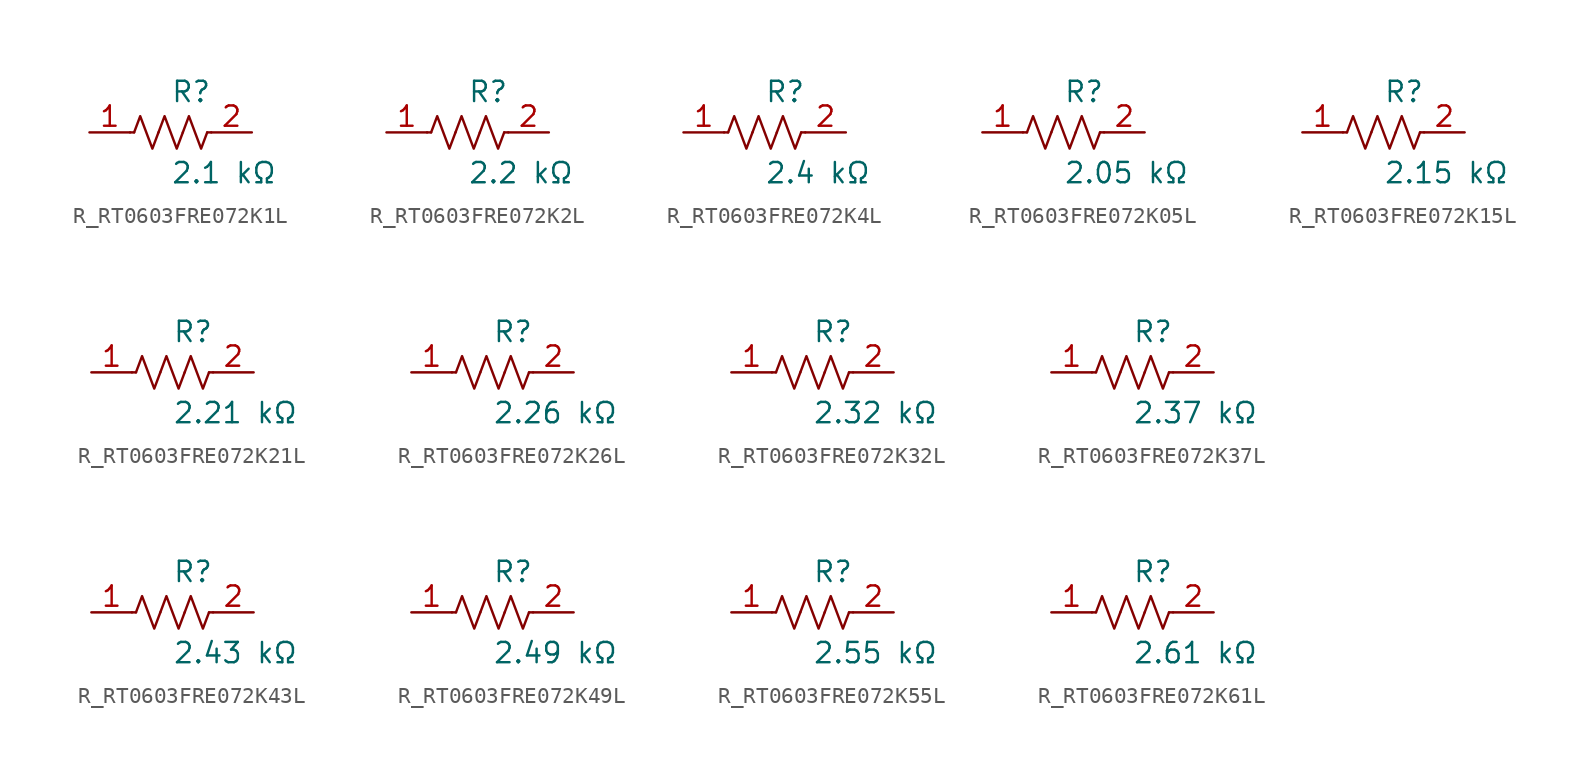
<source format=kicad_sym>
(kicad_symbol_lib
  (version 20231120)
  (generator kicad_symbol_editor)
  (generator_version 8.0)
  (symbol "R_RT0603FRE072K1L"
    (pin_names
      (offset 0.254))
    (property "Reference" "R"
      (at 0.0 2.54 0)
      (effects (font (size 1.27 1.27)) (justify left)))
    (property "Value" "2.1 kΩ"
      (at 0.0 -2.54 0)
      (effects (font (size 1.27 1.27)) (justify left)))
    (symbol "R_RT0603FRE072K1L_0_1"
      (polyline (pts (xy 2.286 0) (xy 2.54 0)) (stroke (width 0) (type default)) (fill (type none)))
      (polyline (pts (xy -2.286 0) (xy -2.54 0)) (stroke (width 0) (type default)) (fill (type none)))
      (polyline (pts (xy 0.762 0) (xy 1.143 1.016) (xy 1.524 0) (xy 1.905 -1.016) (xy 2.286 0)) (stroke (width 0) (type default)) (fill (type none)))
      (polyline (pts (xy -0.762 0) (xy -0.381 1.016) (xy 0 0) (xy 0.381 -1.016) (xy 0.762 0)) (stroke (width 0) (type default)) (fill (type none)))
      (polyline (pts (xy -2.286 0) (xy -1.905 1.016) (xy -1.524 0) (xy -1.143 -1.016) (xy -0.762 0)) (stroke (width 0) (type default)) (fill (type none))))
    (pin unspecified line
      (at -5.08 0 0)
      (length 2.54)
      (name "" (effects (font (size 1.27 1.27))))
      (number "1" (effects (font (size 1.27 1.27)))))
    (pin unspecified line
      (at 5.08 0 180)
      (length 2.54)
      (name "" (effects (font (size 1.27 1.27))))
      (number "2" (effects (font (size 1.27 1.27))))))
  (symbol "R_RT0603FRE072K2L"
    (pin_names
      (offset 0.254))
    (property "Reference" "R"
      (at 0.0 2.54 0)
      (effects (font (size 1.27 1.27)) (justify left)))
    (property "Value" "2.2 kΩ"
      (at 0.0 -2.54 0)
      (effects (font (size 1.27 1.27)) (justify left)))
    (symbol "R_RT0603FRE072K2L_0_1"
      (polyline (pts (xy 2.286 0) (xy 2.54 0)) (stroke (width 0) (type default)) (fill (type none)))
      (polyline (pts (xy -2.286 0) (xy -2.54 0)) (stroke (width 0) (type default)) (fill (type none)))
      (polyline (pts (xy 0.762 0) (xy 1.143 1.016) (xy 1.524 0) (xy 1.905 -1.016) (xy 2.286 0)) (stroke (width 0) (type default)) (fill (type none)))
      (polyline (pts (xy -0.762 0) (xy -0.381 1.016) (xy 0 0) (xy 0.381 -1.016) (xy 0.762 0)) (stroke (width 0) (type default)) (fill (type none)))
      (polyline (pts (xy -2.286 0) (xy -1.905 1.016) (xy -1.524 0) (xy -1.143 -1.016) (xy -0.762 0)) (stroke (width 0) (type default)) (fill (type none))))
    (pin unspecified line
      (at -5.08 0 0)
      (length 2.54)
      (name "" (effects (font (size 1.27 1.27))))
      (number "1" (effects (font (size 1.27 1.27)))))
    (pin unspecified line
      (at 5.08 0 180)
      (length 2.54)
      (name "" (effects (font (size 1.27 1.27))))
      (number "2" (effects (font (size 1.27 1.27))))))
  (symbol "R_RT0603FRE072K4L"
    (pin_names
      (offset 0.254))
    (property "Reference" "R"
      (at 0.0 2.54 0)
      (effects (font (size 1.27 1.27)) (justify left)))
    (property "Value" "2.4 kΩ"
      (at 0.0 -2.54 0)
      (effects (font (size 1.27 1.27)) (justify left)))
    (symbol "R_RT0603FRE072K4L_0_1"
      (polyline (pts (xy 2.286 0) (xy 2.54 0)) (stroke (width 0) (type default)) (fill (type none)))
      (polyline (pts (xy -2.286 0) (xy -2.54 0)) (stroke (width 0) (type default)) (fill (type none)))
      (polyline (pts (xy 0.762 0) (xy 1.143 1.016) (xy 1.524 0) (xy 1.905 -1.016) (xy 2.286 0)) (stroke (width 0) (type default)) (fill (type none)))
      (polyline (pts (xy -0.762 0) (xy -0.381 1.016) (xy 0 0) (xy 0.381 -1.016) (xy 0.762 0)) (stroke (width 0) (type default)) (fill (type none)))
      (polyline (pts (xy -2.286 0) (xy -1.905 1.016) (xy -1.524 0) (xy -1.143 -1.016) (xy -0.762 0)) (stroke (width 0) (type default)) (fill (type none))))
    (pin unspecified line
      (at -5.08 0 0)
      (length 2.54)
      (name "" (effects (font (size 1.27 1.27))))
      (number "1" (effects (font (size 1.27 1.27)))))
    (pin unspecified line
      (at 5.08 0 180)
      (length 2.54)
      (name "" (effects (font (size 1.27 1.27))))
      (number "2" (effects (font (size 1.27 1.27))))))
  (symbol "R_RT0603FRE072K05L"
    (pin_names
      (offset 0.254))
    (property "Reference" "R"
      (at 0.0 2.54 0)
      (effects (font (size 1.27 1.27)) (justify left)))
    (property "Value" "2.05 kΩ"
      (at 0.0 -2.54 0)
      (effects (font (size 1.27 1.27)) (justify left)))
    (symbol "R_RT0603FRE072K05L_0_1"
      (polyline (pts (xy 2.286 0) (xy 2.54 0)) (stroke (width 0) (type default)) (fill (type none)))
      (polyline (pts (xy -2.286 0) (xy -2.54 0)) (stroke (width 0) (type default)) (fill (type none)))
      (polyline (pts (xy 0.762 0) (xy 1.143 1.016) (xy 1.524 0) (xy 1.905 -1.016) (xy 2.286 0)) (stroke (width 0) (type default)) (fill (type none)))
      (polyline (pts (xy -0.762 0) (xy -0.381 1.016) (xy 0 0) (xy 0.381 -1.016) (xy 0.762 0)) (stroke (width 0) (type default)) (fill (type none)))
      (polyline (pts (xy -2.286 0) (xy -1.905 1.016) (xy -1.524 0) (xy -1.143 -1.016) (xy -0.762 0)) (stroke (width 0) (type default)) (fill (type none))))
    (pin unspecified line
      (at -5.08 0 0)
      (length 2.54)
      (name "" (effects (font (size 1.27 1.27))))
      (number "1" (effects (font (size 1.27 1.27)))))
    (pin unspecified line
      (at 5.08 0 180)
      (length 2.54)
      (name "" (effects (font (size 1.27 1.27))))
      (number "2" (effects (font (size 1.27 1.27))))))
  (symbol "R_RT0603FRE072K15L"
    (pin_names
      (offset 0.254))
    (property "Reference" "R"
      (at 0.0 2.54 0)
      (effects (font (size 1.27 1.27)) (justify left)))
    (property "Value" "2.15 kΩ"
      (at 0.0 -2.54 0)
      (effects (font (size 1.27 1.27)) (justify left)))
    (symbol "R_RT0603FRE072K15L_0_1"
      (polyline (pts (xy 2.286 0) (xy 2.54 0)) (stroke (width 0) (type default)) (fill (type none)))
      (polyline (pts (xy -2.286 0) (xy -2.54 0)) (stroke (width 0) (type default)) (fill (type none)))
      (polyline (pts (xy 0.762 0) (xy 1.143 1.016) (xy 1.524 0) (xy 1.905 -1.016) (xy 2.286 0)) (stroke (width 0) (type default)) (fill (type none)))
      (polyline (pts (xy -0.762 0) (xy -0.381 1.016) (xy 0 0) (xy 0.381 -1.016) (xy 0.762 0)) (stroke (width 0) (type default)) (fill (type none)))
      (polyline (pts (xy -2.286 0) (xy -1.905 1.016) (xy -1.524 0) (xy -1.143 -1.016) (xy -0.762 0)) (stroke (width 0) (type default)) (fill (type none))))
    (pin unspecified line
      (at -5.08 0 0)
      (length 2.54)
      (name "" (effects (font (size 1.27 1.27))))
      (number "1" (effects (font (size 1.27 1.27)))))
    (pin unspecified line
      (at 5.08 0 180)
      (length 2.54)
      (name "" (effects (font (size 1.27 1.27))))
      (number "2" (effects (font (size 1.27 1.27))))))
  (symbol "R_RT0603FRE072K21L"
    (pin_names
      (offset 0.254))
    (property "Reference" "R"
      (at 0.0 2.54 0)
      (effects (font (size 1.27 1.27)) (justify left)))
    (property "Value" "2.21 kΩ"
      (at 0.0 -2.54 0)
      (effects (font (size 1.27 1.27)) (justify left)))
    (symbol "R_RT0603FRE072K21L_0_1"
      (polyline (pts (xy 2.286 0) (xy 2.54 0)) (stroke (width 0) (type default)) (fill (type none)))
      (polyline (pts (xy -2.286 0) (xy -2.54 0)) (stroke (width 0) (type default)) (fill (type none)))
      (polyline (pts (xy 0.762 0) (xy 1.143 1.016) (xy 1.524 0) (xy 1.905 -1.016) (xy 2.286 0)) (stroke (width 0) (type default)) (fill (type none)))
      (polyline (pts (xy -0.762 0) (xy -0.381 1.016) (xy 0 0) (xy 0.381 -1.016) (xy 0.762 0)) (stroke (width 0) (type default)) (fill (type none)))
      (polyline (pts (xy -2.286 0) (xy -1.905 1.016) (xy -1.524 0) (xy -1.143 -1.016) (xy -0.762 0)) (stroke (width 0) (type default)) (fill (type none))))
    (pin unspecified line
      (at -5.08 0 0)
      (length 2.54)
      (name "" (effects (font (size 1.27 1.27))))
      (number "1" (effects (font (size 1.27 1.27)))))
    (pin unspecified line
      (at 5.08 0 180)
      (length 2.54)
      (name "" (effects (font (size 1.27 1.27))))
      (number "2" (effects (font (size 1.27 1.27))))))
  (symbol "R_RT0603FRE072K26L"
    (pin_names
      (offset 0.254))
    (property "Reference" "R"
      (at 0.0 2.54 0)
      (effects (font (size 1.27 1.27)) (justify left)))
    (property "Value" "2.26 kΩ"
      (at 0.0 -2.54 0)
      (effects (font (size 1.27 1.27)) (justify left)))
    (symbol "R_RT0603FRE072K26L_0_1"
      (polyline (pts (xy 2.286 0) (xy 2.54 0)) (stroke (width 0) (type default)) (fill (type none)))
      (polyline (pts (xy -2.286 0) (xy -2.54 0)) (stroke (width 0) (type default)) (fill (type none)))
      (polyline (pts (xy 0.762 0) (xy 1.143 1.016) (xy 1.524 0) (xy 1.905 -1.016) (xy 2.286 0)) (stroke (width 0) (type default)) (fill (type none)))
      (polyline (pts (xy -0.762 0) (xy -0.381 1.016) (xy 0 0) (xy 0.381 -1.016) (xy 0.762 0)) (stroke (width 0) (type default)) (fill (type none)))
      (polyline (pts (xy -2.286 0) (xy -1.905 1.016) (xy -1.524 0) (xy -1.143 -1.016) (xy -0.762 0)) (stroke (width 0) (type default)) (fill (type none))))
    (pin unspecified line
      (at -5.08 0 0)
      (length 2.54)
      (name "" (effects (font (size 1.27 1.27))))
      (number "1" (effects (font (size 1.27 1.27)))))
    (pin unspecified line
      (at 5.08 0 180)
      (length 2.54)
      (name "" (effects (font (size 1.27 1.27))))
      (number "2" (effects (font (size 1.27 1.27))))))
  (symbol "R_RT0603FRE072K32L"
    (pin_names
      (offset 0.254))
    (property "Reference" "R"
      (at 0.0 2.54 0)
      (effects (font (size 1.27 1.27)) (justify left)))
    (property "Value" "2.32 kΩ"
      (at 0.0 -2.54 0)
      (effects (font (size 1.27 1.27)) (justify left)))
    (symbol "R_RT0603FRE072K32L_0_1"
      (polyline (pts (xy 2.286 0) (xy 2.54 0)) (stroke (width 0) (type default)) (fill (type none)))
      (polyline (pts (xy -2.286 0) (xy -2.54 0)) (stroke (width 0) (type default)) (fill (type none)))
      (polyline (pts (xy 0.762 0) (xy 1.143 1.016) (xy 1.524 0) (xy 1.905 -1.016) (xy 2.286 0)) (stroke (width 0) (type default)) (fill (type none)))
      (polyline (pts (xy -0.762 0) (xy -0.381 1.016) (xy 0 0) (xy 0.381 -1.016) (xy 0.762 0)) (stroke (width 0) (type default)) (fill (type none)))
      (polyline (pts (xy -2.286 0) (xy -1.905 1.016) (xy -1.524 0) (xy -1.143 -1.016) (xy -0.762 0)) (stroke (width 0) (type default)) (fill (type none))))
    (pin unspecified line
      (at -5.08 0 0)
      (length 2.54)
      (name "" (effects (font (size 1.27 1.27))))
      (number "1" (effects (font (size 1.27 1.27)))))
    (pin unspecified line
      (at 5.08 0 180)
      (length 2.54)
      (name "" (effects (font (size 1.27 1.27))))
      (number "2" (effects (font (size 1.27 1.27))))))
  (symbol "R_RT0603FRE072K37L"
    (pin_names
      (offset 0.254))
    (property "Reference" "R"
      (at 0.0 2.54 0)
      (effects (font (size 1.27 1.27)) (justify left)))
    (property "Value" "2.37 kΩ"
      (at 0.0 -2.54 0)
      (effects (font (size 1.27 1.27)) (justify left)))
    (symbol "R_RT0603FRE072K37L_0_1"
      (polyline (pts (xy 2.286 0) (xy 2.54 0)) (stroke (width 0) (type default)) (fill (type none)))
      (polyline (pts (xy -2.286 0) (xy -2.54 0)) (stroke (width 0) (type default)) (fill (type none)))
      (polyline (pts (xy 0.762 0) (xy 1.143 1.016) (xy 1.524 0) (xy 1.905 -1.016) (xy 2.286 0)) (stroke (width 0) (type default)) (fill (type none)))
      (polyline (pts (xy -0.762 0) (xy -0.381 1.016) (xy 0 0) (xy 0.381 -1.016) (xy 0.762 0)) (stroke (width 0) (type default)) (fill (type none)))
      (polyline (pts (xy -2.286 0) (xy -1.905 1.016) (xy -1.524 0) (xy -1.143 -1.016) (xy -0.762 0)) (stroke (width 0) (type default)) (fill (type none))))
    (pin unspecified line
      (at -5.08 0 0)
      (length 2.54)
      (name "" (effects (font (size 1.27 1.27))))
      (number "1" (effects (font (size 1.27 1.27)))))
    (pin unspecified line
      (at 5.08 0 180)
      (length 2.54)
      (name "" (effects (font (size 1.27 1.27))))
      (number "2" (effects (font (size 1.27 1.27))))))
  (symbol "R_RT0603FRE072K43L"
    (pin_names
      (offset 0.254))
    (property "Reference" "R"
      (at 0.0 2.54 0)
      (effects (font (size 1.27 1.27)) (justify left)))
    (property "Value" "2.43 kΩ"
      (at 0.0 -2.54 0)
      (effects (font (size 1.27 1.27)) (justify left)))
    (symbol "R_RT0603FRE072K43L_0_1"
      (polyline (pts (xy 2.286 0) (xy 2.54 0)) (stroke (width 0) (type default)) (fill (type none)))
      (polyline (pts (xy -2.286 0) (xy -2.54 0)) (stroke (width 0) (type default)) (fill (type none)))
      (polyline (pts (xy 0.762 0) (xy 1.143 1.016) (xy 1.524 0) (xy 1.905 -1.016) (xy 2.286 0)) (stroke (width 0) (type default)) (fill (type none)))
      (polyline (pts (xy -0.762 0) (xy -0.381 1.016) (xy 0 0) (xy 0.381 -1.016) (xy 0.762 0)) (stroke (width 0) (type default)) (fill (type none)))
      (polyline (pts (xy -2.286 0) (xy -1.905 1.016) (xy -1.524 0) (xy -1.143 -1.016) (xy -0.762 0)) (stroke (width 0) (type default)) (fill (type none))))
    (pin unspecified line
      (at -5.08 0 0)
      (length 2.54)
      (name "" (effects (font (size 1.27 1.27))))
      (number "1" (effects (font (size 1.27 1.27)))))
    (pin unspecified line
      (at 5.08 0 180)
      (length 2.54)
      (name "" (effects (font (size 1.27 1.27))))
      (number "2" (effects (font (size 1.27 1.27))))))
  (symbol "R_RT0603FRE072K49L"
    (pin_names
      (offset 0.254))
    (property "Reference" "R"
      (at 0.0 2.54 0)
      (effects (font (size 1.27 1.27)) (justify left)))
    (property "Value" "2.49 kΩ"
      (at 0.0 -2.54 0)
      (effects (font (size 1.27 1.27)) (justify left)))
    (symbol "R_RT0603FRE072K49L_0_1"
      (polyline (pts (xy 2.286 0) (xy 2.54 0)) (stroke (width 0) (type default)) (fill (type none)))
      (polyline (pts (xy -2.286 0) (xy -2.54 0)) (stroke (width 0) (type default)) (fill (type none)))
      (polyline (pts (xy 0.762 0) (xy 1.143 1.016) (xy 1.524 0) (xy 1.905 -1.016) (xy 2.286 0)) (stroke (width 0) (type default)) (fill (type none)))
      (polyline (pts (xy -0.762 0) (xy -0.381 1.016) (xy 0 0) (xy 0.381 -1.016) (xy 0.762 0)) (stroke (width 0) (type default)) (fill (type none)))
      (polyline (pts (xy -2.286 0) (xy -1.905 1.016) (xy -1.524 0) (xy -1.143 -1.016) (xy -0.762 0)) (stroke (width 0) (type default)) (fill (type none))))
    (pin unspecified line
      (at -5.08 0 0)
      (length 2.54)
      (name "" (effects (font (size 1.27 1.27))))
      (number "1" (effects (font (size 1.27 1.27)))))
    (pin unspecified line
      (at 5.08 0 180)
      (length 2.54)
      (name "" (effects (font (size 1.27 1.27))))
      (number "2" (effects (font (size 1.27 1.27))))))
  (symbol "R_RT0603FRE072K55L"
    (pin_names
      (offset 0.254))
    (property "Reference" "R"
      (at 0.0 2.54 0)
      (effects (font (size 1.27 1.27)) (justify left)))
    (property "Value" "2.55 kΩ"
      (at 0.0 -2.54 0)
      (effects (font (size 1.27 1.27)) (justify left)))
    (symbol "R_RT0603FRE072K55L_0_1"
      (polyline (pts (xy 2.286 0) (xy 2.54 0)) (stroke (width 0) (type default)) (fill (type none)))
      (polyline (pts (xy -2.286 0) (xy -2.54 0)) (stroke (width 0) (type default)) (fill (type none)))
      (polyline (pts (xy 0.762 0) (xy 1.143 1.016) (xy 1.524 0) (xy 1.905 -1.016) (xy 2.286 0)) (stroke (width 0) (type default)) (fill (type none)))
      (polyline (pts (xy -0.762 0) (xy -0.381 1.016) (xy 0 0) (xy 0.381 -1.016) (xy 0.762 0)) (stroke (width 0) (type default)) (fill (type none)))
      (polyline (pts (xy -2.286 0) (xy -1.905 1.016) (xy -1.524 0) (xy -1.143 -1.016) (xy -0.762 0)) (stroke (width 0) (type default)) (fill (type none))))
    (pin unspecified line
      (at -5.08 0 0)
      (length 2.54)
      (name "" (effects (font (size 1.27 1.27))))
      (number "1" (effects (font (size 1.27 1.27)))))
    (pin unspecified line
      (at 5.08 0 180)
      (length 2.54)
      (name "" (effects (font (size 1.27 1.27))))
      (number "2" (effects (font (size 1.27 1.27))))))
  (symbol "R_RT0603FRE072K61L"
    (pin_names
      (offset 0.254))
    (property "Reference" "R"
      (at 0.0 2.54 0)
      (effects (font (size 1.27 1.27)) (justify left)))
    (property "Value" "2.61 kΩ"
      (at 0.0 -2.54 0)
      (effects (font (size 1.27 1.27)) (justify left)))
    (symbol "R_RT0603FRE072K61L_0_1"
      (polyline (pts (xy 2.286 0) (xy 2.54 0)) (stroke (width 0) (type default)) (fill (type none)))
      (polyline (pts (xy -2.286 0) (xy -2.54 0)) (stroke (width 0) (type default)) (fill (type none)))
      (polyline (pts (xy 0.762 0) (xy 1.143 1.016) (xy 1.524 0) (xy 1.905 -1.016) (xy 2.286 0)) (stroke (width 0) (type default)) (fill (type none)))
      (polyline (pts (xy -0.762 0) (xy -0.381 1.016) (xy 0 0) (xy 0.381 -1.016) (xy 0.762 0)) (stroke (width 0) (type default)) (fill (type none)))
      (polyline (pts (xy -2.286 0) (xy -1.905 1.016) (xy -1.524 0) (xy -1.143 -1.016) (xy -0.762 0)) (stroke (width 0) (type default)) (fill (type none))))
    (pin unspecified line
      (at -5.08 0 0)
      (length 2.54)
      (name "" (effects (font (size 1.27 1.27))))
      (number "1" (effects (font (size 1.27 1.27)))))
    (pin unspecified line
      (at 5.08 0 180)
      (length 2.54)
      (name "" (effects (font (size 1.27 1.27))))
      (number "2" (effects (font (size 1.27 1.27)))))))
</source>
